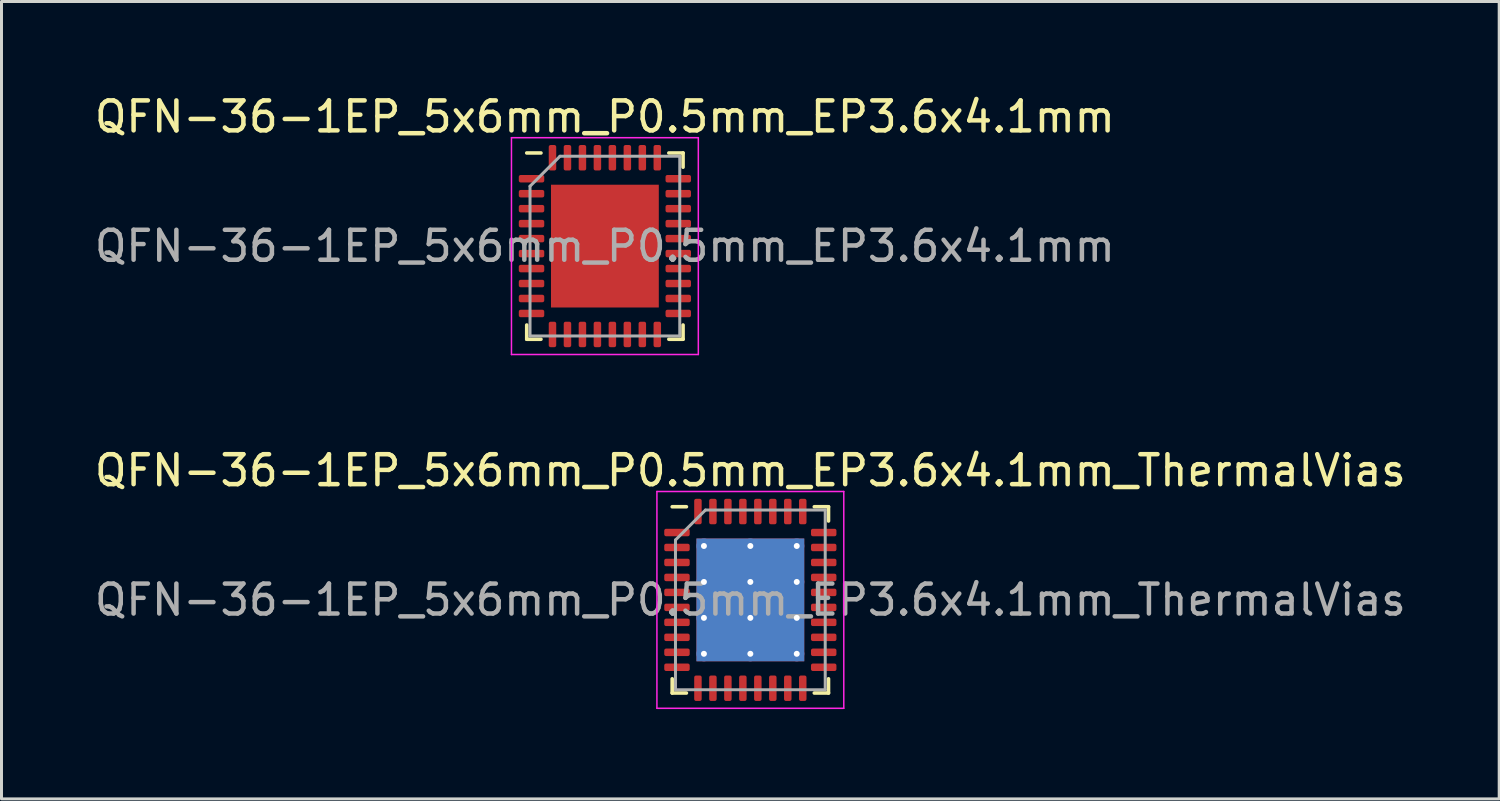
<source format=kicad_pcb>
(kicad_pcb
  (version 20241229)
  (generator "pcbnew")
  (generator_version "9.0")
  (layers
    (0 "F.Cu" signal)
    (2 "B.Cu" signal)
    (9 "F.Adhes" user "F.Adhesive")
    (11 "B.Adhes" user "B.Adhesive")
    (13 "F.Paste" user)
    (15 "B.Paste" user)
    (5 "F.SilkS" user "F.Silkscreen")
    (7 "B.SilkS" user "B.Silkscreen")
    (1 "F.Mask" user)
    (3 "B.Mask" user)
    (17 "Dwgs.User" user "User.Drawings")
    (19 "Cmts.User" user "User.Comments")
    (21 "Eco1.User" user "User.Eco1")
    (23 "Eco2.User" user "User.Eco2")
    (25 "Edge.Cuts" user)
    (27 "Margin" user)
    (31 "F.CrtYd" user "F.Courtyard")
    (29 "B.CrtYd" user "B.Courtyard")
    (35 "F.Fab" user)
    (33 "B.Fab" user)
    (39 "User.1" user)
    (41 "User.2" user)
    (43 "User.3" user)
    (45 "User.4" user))
  (footprint "QFN-36-1EP_5x6mm_P0.5mm_EP3.6x4.1mm_ThermalVias"
    (layer "F.Cu")
    (at 22.006 16.982)
    (property "Reference" "QFN-36-1EP_5x6mm_P0.5mm_EP3.6x4.1mm_ThermalVias" (at 0 -4.32 0) (layer "F.SilkS") (effects (font (size 1 1) (thickness 0.15))))
    (attr smd)
    (fp_line (start -2.61 3.11) (end -2.61 2.635) (stroke (width 0.12) (type solid)) (layer "F.SilkS"))
    (fp_line (start -2.135 -3.11) (end -2.61 -3.11) (stroke (width 0.12) (type solid)) (layer "F.SilkS"))
    (fp_line (start -2.135 3.11) (end -2.61 3.11) (stroke (width 0.12) (type solid)) (layer "F.SilkS"))
    (fp_line (start 2.135 -3.11) (end 2.61 -3.11) (stroke (width 0.12) (type solid)) (layer "F.SilkS"))
    (fp_line (start 2.135 3.11) (end 2.61 3.11) (stroke (width 0.12) (type solid)) (layer "F.SilkS"))
    (fp_line (start 2.61 -3.11) (end 2.61 -2.635) (stroke (width 0.12) (type solid)) (layer "F.SilkS"))
    (fp_line (start 2.61 3.11) (end 2.61 2.635) (stroke (width 0.12) (type solid)) (layer "F.SilkS"))
    (fp_line (start -3.12 -3.62) (end -3.12 3.62) (stroke (width 0.05) (type solid)) (layer "F.CrtYd"))
    (fp_line (start -3.12 3.62) (end 3.12 3.62) (stroke (width 0.05) (type solid)) (layer "F.CrtYd"))
    (fp_line (start 3.12 -3.62) (end -3.12 -3.62) (stroke (width 0.05) (type solid)) (layer "F.CrtYd"))
    (fp_line (start 3.12 3.62) (end 3.12 -3.62) (stroke (width 0.05) (type solid)) (layer "F.CrtYd"))
    (fp_line (start -2.5 -2) (end -1.5 -3) (stroke (width 0.1) (type solid)) (layer "F.Fab"))
    (fp_line (start -2.5 3) (end -2.5 -2) (stroke (width 0.1) (type solid)) (layer "F.Fab"))
    (fp_line (start -1.5 -3) (end 2.5 -3) (stroke (width 0.1) (type solid)) (layer "F.Fab"))
    (fp_line (start 2.5 -3) (end 2.5 3) (stroke (width 0.1) (type solid)) (layer "F.Fab"))
    (fp_line (start 2.5 3) (end -2.5 3) (stroke (width 0.1) (type solid)) (layer "F.Fab"))
    (fp_text user "${REFERENCE}" (at 0 0 0) (layer "F.Fab") (effects (font (size 1 1) (thickness 0.15))))
    (pad "" smd roundrect (at -0.775 -1.2) (size 1.394 1.059) (layers "F.Paste") (roundrect_rratio 0.236))
    (pad "" smd roundrect (at -0.775 0) (size 1.394 1.059) (layers "F.Paste") (roundrect_rratio 0.236))
    (pad "" smd roundrect (at -0.775 1.2) (size 1.394 1.059) (layers "F.Paste") (roundrect_rratio 0.236))
    (pad "" smd roundrect (at 0.775 -1.2) (size 1.394 1.059) (layers "F.Paste") (roundrect_rratio 0.236))
    (pad "" smd roundrect (at 0.775 0) (size 1.394 1.059) (layers "F.Paste") (roundrect_rratio 0.236))
    (pad "" smd roundrect (at 0.775 1.2) (size 1.394 1.059) (layers "F.Paste") (roundrect_rratio 0.236))
    (pad "1" smd roundrect (at -2.45 -2.25) (size 0.85 0.25) (layers "F.Cu" "F.Mask" "F.Paste") (roundrect_rratio 0.25))
    (pad "2" smd roundrect (at -2.45 -1.75) (size 0.85 0.25) (layers "F.Cu" "F.Mask" "F.Paste") (roundrect_rratio 0.25))
    (pad "3" smd roundrect (at -2.45 -1.25) (size 0.85 0.25) (layers "F.Cu" "F.Mask" "F.Paste") (roundrect_rratio 0.25))
    (pad "4" smd roundrect (at -2.45 -0.75) (size 0.85 0.25) (layers "F.Cu" "F.Mask" "F.Paste") (roundrect_rratio 0.25))
    (pad "5" smd roundrect (at -2.45 -0.25) (size 0.85 0.25) (layers "F.Cu" "F.Mask" "F.Paste") (roundrect_rratio 0.25))
    (pad "6" smd roundrect (at -2.45 0.25) (size 0.85 0.25) (layers "F.Cu" "F.Mask" "F.Paste") (roundrect_rratio 0.25))
    (pad "7" smd roundrect (at -2.45 0.75) (size 0.85 0.25) (layers "F.Cu" "F.Mask" "F.Paste") (roundrect_rratio 0.25))
    (pad "8" smd roundrect (at -2.45 1.25) (size 0.85 0.25) (layers "F.Cu" "F.Mask" "F.Paste") (roundrect_rratio 0.25))
    (pad "9" smd roundrect (at -2.45 1.75) (size 0.85 0.25) (layers "F.Cu" "F.Mask" "F.Paste") (roundrect_rratio 0.25))
    (pad "10" smd roundrect (at -2.45 2.25) (size 0.85 0.25) (layers "F.Cu" "F.Mask" "F.Paste") (roundrect_rratio 0.25))
    (pad "11" smd roundrect (at -1.75 2.95) (size 0.25 0.85) (layers "F.Cu" "F.Mask" "F.Paste") (roundrect_rratio 0.25))
    (pad "12" smd roundrect (at -1.25 2.95) (size 0.25 0.85) (layers "F.Cu" "F.Mask" "F.Paste") (roundrect_rratio 0.25))
    (pad "13" smd roundrect (at -0.75 2.95) (size 0.25 0.85) (layers "F.Cu" "F.Mask" "F.Paste") (roundrect_rratio 0.25))
    (pad "14" smd roundrect (at -0.25 2.95) (size 0.25 0.85) (layers "F.Cu" "F.Mask" "F.Paste") (roundrect_rratio 0.25))
    (pad "15" smd roundrect (at 0.25 2.95) (size 0.25 0.85) (layers "F.Cu" "F.Mask" "F.Paste") (roundrect_rratio 0.25))
    (pad "16" smd roundrect (at 0.75 2.95) (size 0.25 0.85) (layers "F.Cu" "F.Mask" "F.Paste") (roundrect_rratio 0.25))
    (pad "17" smd roundrect (at 1.25 2.95) (size 0.25 0.85) (layers "F.Cu" "F.Mask" "F.Paste") (roundrect_rratio 0.25))
    (pad "18" smd roundrect (at 1.75 2.95) (size 0.25 0.85) (layers "F.Cu" "F.Mask" "F.Paste") (roundrect_rratio 0.25))
    (pad "19" smd roundrect (at 2.45 2.25) (size 0.85 0.25) (layers "F.Cu" "F.Mask" "F.Paste") (roundrect_rratio 0.25))
    (pad "20" smd roundrect (at 2.45 1.75) (size 0.85 0.25) (layers "F.Cu" "F.Mask" "F.Paste") (roundrect_rratio 0.25))
    (pad "21" smd roundrect (at 2.45 1.25) (size 0.85 0.25) (layers "F.Cu" "F.Mask" "F.Paste") (roundrect_rratio 0.25))
    (pad "22" smd roundrect (at 2.45 0.75) (size 0.85 0.25) (layers "F.Cu" "F.Mask" "F.Paste") (roundrect_rratio 0.25))
    (pad "23" smd roundrect (at 2.45 0.25) (size 0.85 0.25) (layers "F.Cu" "F.Mask" "F.Paste") (roundrect_rratio 0.25))
    (pad "24" smd roundrect (at 2.45 -0.25) (size 0.85 0.25) (layers "F.Cu" "F.Mask" "F.Paste") (roundrect_rratio 0.25))
    (pad "25" smd roundrect (at 2.45 -0.75) (size 0.85 0.25) (layers "F.Cu" "F.Mask" "F.Paste") (roundrect_rratio 0.25))
    (pad "26" smd roundrect (at 2.45 -1.25) (size 0.85 0.25) (layers "F.Cu" "F.Mask" "F.Paste") (roundrect_rratio 0.25))
    (pad "27" smd roundrect (at 2.45 -1.75) (size 0.85 0.25) (layers "F.Cu" "F.Mask" "F.Paste") (roundrect_rratio 0.25))
    (pad "28" smd roundrect (at 2.45 -2.25) (size 0.85 0.25) (layers "F.Cu" "F.Mask" "F.Paste") (roundrect_rratio 0.25))
    (pad "29" smd roundrect (at 1.75 -2.95) (size 0.25 0.85) (layers "F.Cu" "F.Mask" "F.Paste") (roundrect_rratio 0.25))
    (pad "30" smd roundrect (at 1.25 -2.95) (size 0.25 0.85) (layers "F.Cu" "F.Mask" "F.Paste") (roundrect_rratio 0.25))
    (pad "31" smd roundrect (at 0.75 -2.95) (size 0.25 0.85) (layers "F.Cu" "F.Mask" "F.Paste") (roundrect_rratio 0.25))
    (pad "32" smd roundrect (at 0.25 -2.95) (size 0.25 0.85) (layers "F.Cu" "F.Mask" "F.Paste") (roundrect_rratio 0.25))
    (pad "33" smd roundrect (at -0.25 -2.95) (size 0.25 0.85) (layers "F.Cu" "F.Mask" "F.Paste") (roundrect_rratio 0.25))
    (pad "34" smd roundrect (at -0.75 -2.95) (size 0.25 0.85) (layers "F.Cu" "F.Mask" "F.Paste") (roundrect_rratio 0.25))
    (pad "35" smd roundrect (at -1.25 -2.95) (size 0.25 0.85) (layers "F.Cu" "F.Mask" "F.Paste") (roundrect_rratio 0.25))
    (pad "36" smd roundrect (at -1.75 -2.95) (size 0.25 0.85) (layers "F.Cu" "F.Mask" "F.Paste") (roundrect_rratio 0.25))
    (pad "37" thru_hole circle (at -1.55 -1.8) (size 0.5 0.5) (drill 0.2) (layers "*.Cu"))
    (pad "37" thru_hole circle (at -1.55 -0.6) (size 0.5 0.5) (drill 0.2) (layers "*.Cu"))
    (pad "37" thru_hole circle (at -1.55 0.6) (size 0.5 0.5) (drill 0.2) (layers "*.Cu"))
    (pad "37" thru_hole circle (at -1.55 1.8) (size 0.5 0.5) (drill 0.2) (layers "*.Cu"))
    (pad "37" thru_hole circle (at 0 -1.8) (size 0.5 0.5) (drill 0.2) (layers "*.Cu"))
    (pad "37" thru_hole circle (at 0 -0.6) (size 0.5 0.5) (drill 0.2) (layers "*.Cu"))
    (pad "37" smd rect (at 0 0) (size 3.6 4.1) (layers "F.Cu" "F.Mask"))
    (pad "37" smd rect (at 0 0) (size 3.6 4.1) (layers "B.Cu"))
    (pad "37" thru_hole circle (at 0 0.6) (size 0.5 0.5) (drill 0.2) (layers "*.Cu"))
    (pad "37" thru_hole circle (at 0 1.8) (size 0.5 0.5) (drill 0.2) (layers "*.Cu"))
    (pad "37" thru_hole circle (at 1.55 -1.8) (size 0.5 0.5) (drill 0.2) (layers "*.Cu"))
    (pad "37" thru_hole circle (at 1.55 -0.6) (size 0.5 0.5) (drill 0.2) (layers "*.Cu"))
    (pad "37" thru_hole circle (at 1.55 0.6) (size 0.5 0.5) (drill 0.2) (layers "*.Cu"))
    (pad "37" thru_hole circle (at 1.55 1.8) (size 0.5 0.5) (drill 0.2) (layers "*.Cu")))
  (footprint "QFN-36-1EP_5x6mm_P0.5mm_EP3.6x4.1mm"
    (layer "F.Cu")
    (at 17.149 5.168)
    (property "Reference" "QFN-36-1EP_5x6mm_P0.5mm_EP3.6x4.1mm" (at 0 -4.32 0) (layer "F.SilkS") (effects (font (size 1 1) (thickness 0.15))))
    (attr smd)
    (fp_line (start -2.61 3.11) (end -2.61 2.635) (stroke (width 0.12) (type solid)) (layer "F.SilkS"))
    (fp_line (start -2.135 -3.11) (end -2.61 -3.11) (stroke (width 0.12) (type solid)) (layer "F.SilkS"))
    (fp_line (start -2.135 3.11) (end -2.61 3.11) (stroke (width 0.12) (type solid)) (layer "F.SilkS"))
    (fp_line (start 2.135 -3.11) (end 2.61 -3.11) (stroke (width 0.12) (type solid)) (layer "F.SilkS"))
    (fp_line (start 2.135 3.11) (end 2.61 3.11) (stroke (width 0.12) (type solid)) (layer "F.SilkS"))
    (fp_line (start 2.61 -3.11) (end 2.61 -2.635) (stroke (width 0.12) (type solid)) (layer "F.SilkS"))
    (fp_line (start 2.61 3.11) (end 2.61 2.635) (stroke (width 0.12) (type solid)) (layer "F.SilkS"))
    (fp_line (start -3.12 -3.62) (end -3.12 3.62) (stroke (width 0.05) (type solid)) (layer "F.CrtYd"))
    (fp_line (start -3.12 3.62) (end 3.12 3.62) (stroke (width 0.05) (type solid)) (layer "F.CrtYd"))
    (fp_line (start 3.12 -3.62) (end -3.12 -3.62) (stroke (width 0.05) (type solid)) (layer "F.CrtYd"))
    (fp_line (start 3.12 3.62) (end 3.12 -3.62) (stroke (width 0.05) (type solid)) (layer "F.CrtYd"))
    (fp_line (start -2.5 -2) (end -1.5 -3) (stroke (width 0.1) (type solid)) (layer "F.Fab"))
    (fp_line (start -2.5 3) (end -2.5 -2) (stroke (width 0.1) (type solid)) (layer "F.Fab"))
    (fp_line (start -1.5 -3) (end 2.5 -3) (stroke (width 0.1) (type solid)) (layer "F.Fab"))
    (fp_line (start 2.5 -3) (end 2.5 3) (stroke (width 0.1) (type solid)) (layer "F.Fab"))
    (fp_line (start 2.5 3) (end -2.5 3) (stroke (width 0.1) (type solid)) (layer "F.Fab"))
    (fp_text user "${REFERENCE}" (at 0 0 0) (layer "F.Fab") (effects (font (size 1 1) (thickness 0.15))))
    (pad "" smd roundrect (at -1.2 -1.37) (size 0.97 1.1) (layers "F.Paste") (roundrect_rratio 0.25))
    (pad "" smd roundrect (at -1.2 0) (size 0.97 1.1) (layers "F.Paste") (roundrect_rratio 0.25))
    (pad "" smd roundrect (at -1.2 1.37) (size 0.97 1.1) (layers "F.Paste") (roundrect_rratio 0.25))
    (pad "" smd roundrect (at 0 -1.37) (size 0.97 1.1) (layers "F.Paste") (roundrect_rratio 0.25))
    (pad "" smd roundrect (at 0 0) (size 0.97 1.1) (layers "F.Paste") (roundrect_rratio 0.25))
    (pad "" smd roundrect (at 0 1.37) (size 0.97 1.1) (layers "F.Paste") (roundrect_rratio 0.25))
    (pad "" smd roundrect (at 1.2 -1.37) (size 0.97 1.1) (layers "F.Paste") (roundrect_rratio 0.25))
    (pad "" smd roundrect (at 1.2 0) (size 0.97 1.1) (layers "F.Paste") (roundrect_rratio 0.25))
    (pad "" smd roundrect (at 1.2 1.37) (size 0.97 1.1) (layers "F.Paste") (roundrect_rratio 0.25))
    (pad "1" smd roundrect (at -2.45 -2.25) (size 0.85 0.25) (layers "F.Cu" "F.Mask" "F.Paste") (roundrect_rratio 0.25))
    (pad "2" smd roundrect (at -2.45 -1.75) (size 0.85 0.25) (layers "F.Cu" "F.Mask" "F.Paste") (roundrect_rratio 0.25))
    (pad "3" smd roundrect (at -2.45 -1.25) (size 0.85 0.25) (layers "F.Cu" "F.Mask" "F.Paste") (roundrect_rratio 0.25))
    (pad "4" smd roundrect (at -2.45 -0.75) (size 0.85 0.25) (layers "F.Cu" "F.Mask" "F.Paste") (roundrect_rratio 0.25))
    (pad "5" smd roundrect (at -2.45 -0.25) (size 0.85 0.25) (layers "F.Cu" "F.Mask" "F.Paste") (roundrect_rratio 0.25))
    (pad "6" smd roundrect (at -2.45 0.25) (size 0.85 0.25) (layers "F.Cu" "F.Mask" "F.Paste") (roundrect_rratio 0.25))
    (pad "7" smd roundrect (at -2.45 0.75) (size 0.85 0.25) (layers "F.Cu" "F.Mask" "F.Paste") (roundrect_rratio 0.25))
    (pad "8" smd roundrect (at -2.45 1.25) (size 0.85 0.25) (layers "F.Cu" "F.Mask" "F.Paste") (roundrect_rratio 0.25))
    (pad "9" smd roundrect (at -2.45 1.75) (size 0.85 0.25) (layers "F.Cu" "F.Mask" "F.Paste") (roundrect_rratio 0.25))
    (pad "10" smd roundrect (at -2.45 2.25) (size 0.85 0.25) (layers "F.Cu" "F.Mask" "F.Paste") (roundrect_rratio 0.25))
    (pad "11" smd roundrect (at -1.75 2.95) (size 0.25 0.85) (layers "F.Cu" "F.Mask" "F.Paste") (roundrect_rratio 0.25))
    (pad "12" smd roundrect (at -1.25 2.95) (size 0.25 0.85) (layers "F.Cu" "F.Mask" "F.Paste") (roundrect_rratio 0.25))
    (pad "13" smd roundrect (at -0.75 2.95) (size 0.25 0.85) (layers "F.Cu" "F.Mask" "F.Paste") (roundrect_rratio 0.25))
    (pad "14" smd roundrect (at -0.25 2.95) (size 0.25 0.85) (layers "F.Cu" "F.Mask" "F.Paste") (roundrect_rratio 0.25))
    (pad "15" smd roundrect (at 0.25 2.95) (size 0.25 0.85) (layers "F.Cu" "F.Mask" "F.Paste") (roundrect_rratio 0.25))
    (pad "16" smd roundrect (at 0.75 2.95) (size 0.25 0.85) (layers "F.Cu" "F.Mask" "F.Paste") (roundrect_rratio 0.25))
    (pad "17" smd roundrect (at 1.25 2.95) (size 0.25 0.85) (layers "F.Cu" "F.Mask" "F.Paste") (roundrect_rratio 0.25))
    (pad "18" smd roundrect (at 1.75 2.95) (size 0.25 0.85) (layers "F.Cu" "F.Mask" "F.Paste") (roundrect_rratio 0.25))
    (pad "19" smd roundrect (at 2.45 2.25) (size 0.85 0.25) (layers "F.Cu" "F.Mask" "F.Paste") (roundrect_rratio 0.25))
    (pad "20" smd roundrect (at 2.45 1.75) (size 0.85 0.25) (layers "F.Cu" "F.Mask" "F.Paste") (roundrect_rratio 0.25))
    (pad "21" smd roundrect (at 2.45 1.25) (size 0.85 0.25) (layers "F.Cu" "F.Mask" "F.Paste") (roundrect_rratio 0.25))
    (pad "22" smd roundrect (at 2.45 0.75) (size 0.85 0.25) (layers "F.Cu" "F.Mask" "F.Paste") (roundrect_rratio 0.25))
    (pad "23" smd roundrect (at 2.45 0.25) (size 0.85 0.25) (layers "F.Cu" "F.Mask" "F.Paste") (roundrect_rratio 0.25))
    (pad "24" smd roundrect (at 2.45 -0.25) (size 0.85 0.25) (layers "F.Cu" "F.Mask" "F.Paste") (roundrect_rratio 0.25))
    (pad "25" smd roundrect (at 2.45 -0.75) (size 0.85 0.25) (layers "F.Cu" "F.Mask" "F.Paste") (roundrect_rratio 0.25))
    (pad "26" smd roundrect (at 2.45 -1.25) (size 0.85 0.25) (layers "F.Cu" "F.Mask" "F.Paste") (roundrect_rratio 0.25))
    (pad "27" smd roundrect (at 2.45 -1.75) (size 0.85 0.25) (layers "F.Cu" "F.Mask" "F.Paste") (roundrect_rratio 0.25))
    (pad "28" smd roundrect (at 2.45 -2.25) (size 0.85 0.25) (layers "F.Cu" "F.Mask" "F.Paste") (roundrect_rratio 0.25))
    (pad "29" smd roundrect (at 1.75 -2.95) (size 0.25 0.85) (layers "F.Cu" "F.Mask" "F.Paste") (roundrect_rratio 0.25))
    (pad "30" smd roundrect (at 1.25 -2.95) (size 0.25 0.85) (layers "F.Cu" "F.Mask" "F.Paste") (roundrect_rratio 0.25))
    (pad "31" smd roundrect (at 0.75 -2.95) (size 0.25 0.85) (layers "F.Cu" "F.Mask" "F.Paste") (roundrect_rratio 0.25))
    (pad "32" smd roundrect (at 0.25 -2.95) (size 0.25 0.85) (layers "F.Cu" "F.Mask" "F.Paste") (roundrect_rratio 0.25))
    (pad "33" smd roundrect (at -0.25 -2.95) (size 0.25 0.85) (layers "F.Cu" "F.Mask" "F.Paste") (roundrect_rratio 0.25))
    (pad "34" smd roundrect (at -0.75 -2.95) (size 0.25 0.85) (layers "F.Cu" "F.Mask" "F.Paste") (roundrect_rratio 0.25))
    (pad "35" smd roundrect (at -1.25 -2.95) (size 0.25 0.85) (layers "F.Cu" "F.Mask" "F.Paste") (roundrect_rratio 0.25))
    (pad "36" smd roundrect (at -1.75 -2.95) (size 0.25 0.85) (layers "F.Cu" "F.Mask" "F.Paste") (roundrect_rratio 0.25))
    (pad "37" smd rect (at 0 0) (size 3.6 4.1) (layers "F.Cu" "F.Mask")))
  (gr_rect
    (start -3 -3)
    (end 47.012 23.627)
    (stroke (width 0.1) (type default))
    (fill no)
    (layer "Edge.Cuts")))
</source>
